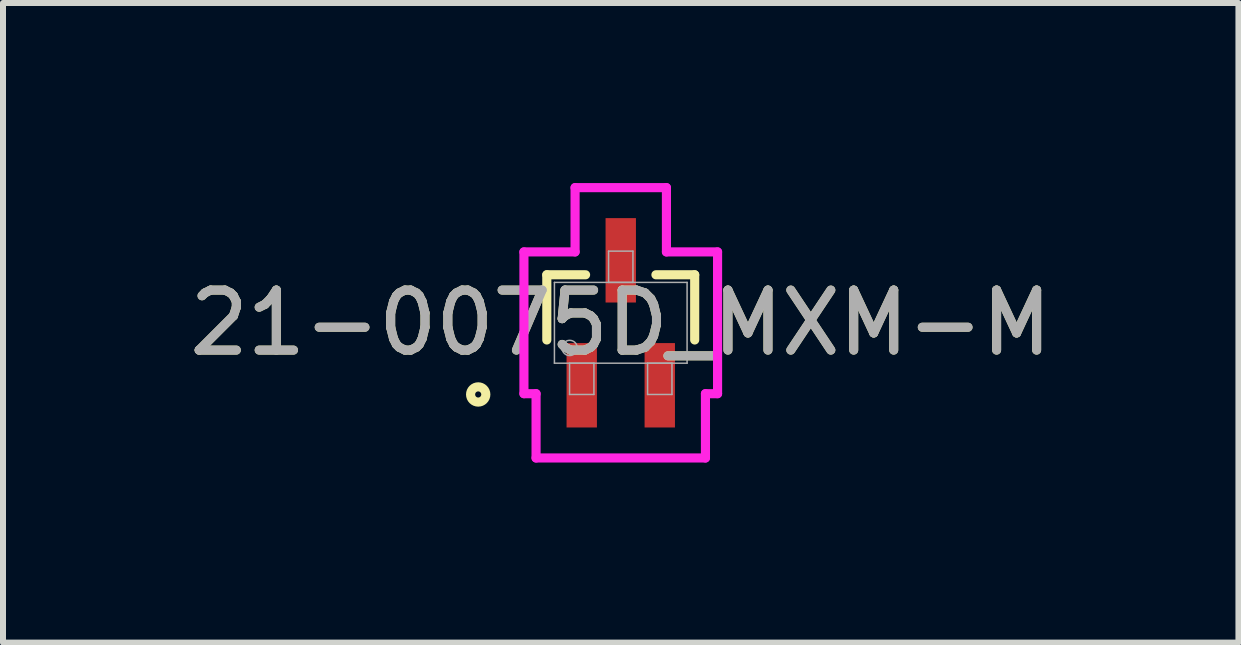
<source format=kicad_pcb>
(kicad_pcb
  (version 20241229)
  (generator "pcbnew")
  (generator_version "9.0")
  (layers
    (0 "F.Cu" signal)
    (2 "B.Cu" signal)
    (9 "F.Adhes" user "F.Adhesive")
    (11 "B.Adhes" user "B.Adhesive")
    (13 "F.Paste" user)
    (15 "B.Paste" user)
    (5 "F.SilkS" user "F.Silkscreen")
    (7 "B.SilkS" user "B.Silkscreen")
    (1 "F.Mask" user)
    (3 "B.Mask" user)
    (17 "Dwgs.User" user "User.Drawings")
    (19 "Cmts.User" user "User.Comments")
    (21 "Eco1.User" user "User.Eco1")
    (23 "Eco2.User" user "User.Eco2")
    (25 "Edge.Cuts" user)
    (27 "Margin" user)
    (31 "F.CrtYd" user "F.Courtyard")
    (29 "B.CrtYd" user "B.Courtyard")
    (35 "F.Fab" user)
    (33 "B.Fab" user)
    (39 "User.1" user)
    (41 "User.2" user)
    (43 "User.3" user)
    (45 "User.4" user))
  (footprint "21-0075D_MXM-M"
    (layer "F.Cu")
    (at 7.292 2.328)
    (property "Reference" "21-0075D_MXM-M" (at 0 0 0) (unlocked yes) (layer "F.SilkS") (effects (font (size 1 1) (thickness 0.15))))
    (attr smd)
    (fp_line (start -1.232 -0.8) (end -1.232 0.286) (stroke (width 0.152) (type solid)) (layer "F.SilkS"))
    (fp_line (start -0.586 -0.8) (end -1.232 -0.8) (stroke (width 0.152) (type solid)) (layer "F.SilkS"))
    (fp_line (start 1.232 -0.8) (end 0.586 -0.8) (stroke (width 0.152) (type solid)) (layer "F.SilkS"))
    (fp_line (start 1.232 0.286) (end 1.232 -0.8) (stroke (width 0.152) (type solid)) (layer "F.SilkS"))
    (fp_circle (center -2.375 1.194) (end -2.248 1.194) (stroke (width 0.152) (type solid)) (fill no) (layer "F.SilkS"))
    (fp_line (start -1.613 -1.181) (end -0.761 -1.181) (stroke (width 0.152) (type solid)) (layer "F.CrtYd"))
    (fp_line (start -1.613 1.181) (end -1.613 -1.181) (stroke (width 0.152) (type solid)) (layer "F.CrtYd"))
    (fp_line (start -1.613 1.181) (end -1.411 1.181) (stroke (width 0.152) (type solid)) (layer "F.CrtYd"))
    (fp_line (start -1.411 1.181) (end -1.411 2.252) (stroke (width 0.152) (type solid)) (layer "F.CrtYd"))
    (fp_line (start -1.411 2.252) (end 1.411 2.252) (stroke (width 0.152) (type solid)) (layer "F.CrtYd"))
    (fp_line (start -0.761 -2.252) (end 0.761 -2.252) (stroke (width 0.152) (type solid)) (layer "F.CrtYd"))
    (fp_line (start -0.761 -1.181) (end -0.761 -2.252) (stroke (width 0.152) (type solid)) (layer "F.CrtYd"))
    (fp_line (start 0.761 -1.181) (end 0.761 -2.252) (stroke (width 0.152) (type solid)) (layer "F.CrtYd"))
    (fp_line (start 1.411 1.181) (end 1.411 2.252) (stroke (width 0.152) (type solid)) (layer "F.CrtYd"))
    (fp_line (start 1.613 -1.181) (end 0.761 -1.181) (stroke (width 0.152) (type solid)) (layer "F.CrtYd"))
    (fp_line (start 1.613 -1.181) (end 1.613 1.181) (stroke (width 0.152) (type solid)) (layer "F.CrtYd"))
    (fp_line (start 1.613 1.181) (end 1.411 1.181) (stroke (width 0.152) (type solid)) (layer "F.CrtYd"))
    (fp_line (start -1.105 -0.673) (end -1.105 0.673) (stroke (width 0.025) (type solid)) (layer "F.Fab"))
    (fp_line (start -1.105 0.673) (end 1.105 0.673) (stroke (width 0.025) (type solid)) (layer "F.Fab"))
    (fp_line (start -0.853 0.673) (end -0.853 1.194) (stroke (width 0.025) (type solid)) (layer "F.Fab"))
    (fp_line (start -0.853 1.194) (end -0.447 1.194) (stroke (width 0.025) (type solid)) (layer "F.Fab"))
    (fp_line (start -0.447 0.673) (end -0.853 0.673) (stroke (width 0.025) (type solid)) (layer "F.Fab"))
    (fp_line (start -0.447 1.194) (end -0.447 0.673) (stroke (width 0.025) (type solid)) (layer "F.Fab"))
    (fp_line (start -0.203 -1.194) (end -0.203 -0.673) (stroke (width 0.025) (type solid)) (layer "F.Fab"))
    (fp_line (start -0.203 -0.673) (end 0.203 -0.673) (stroke (width 0.025) (type solid)) (layer "F.Fab"))
    (fp_line (start 0.203 -1.194) (end -0.203 -1.194) (stroke (width 0.025) (type solid)) (layer "F.Fab"))
    (fp_line (start 0.203 -0.673) (end 0.203 -1.194) (stroke (width 0.025) (type solid)) (layer "F.Fab"))
    (fp_line (start 0.447 0.673) (end 0.447 1.194) (stroke (width 0.025) (type solid)) (layer "F.Fab"))
    (fp_line (start 0.447 1.194) (end 0.853 1.194) (stroke (width 0.025) (type solid)) (layer "F.Fab"))
    (fp_line (start 0.853 0.673) (end 0.447 0.673) (stroke (width 0.025) (type solid)) (layer "F.Fab"))
    (fp_line (start 0.853 1.194) (end 0.853 0.673) (stroke (width 0.025) (type solid)) (layer "F.Fab"))
    (fp_line (start 1.105 -0.673) (end -1.105 -0.673) (stroke (width 0.025) (type solid)) (layer "F.Fab"))
    (fp_line (start 1.105 0.673) (end 1.105 -0.673) (stroke (width 0.025) (type solid)) (layer "F.Fab"))
    (fp_circle (center -0.851 0.419) (end -0.724 0.419) (stroke (width 0.025) (type solid)) (fill no) (layer "F.Fab"))
    (fp_text user "${REFERENCE}" (at 0 0 0) (unlocked yes) (layer "F.Fab") (effects (font (size 1 1) (thickness 0.15))))
    (pad "1" smd rect (at -0.65 1.041) (size 0.506 1.406) (layers "F.Cu" "F.Mask" "F.Paste"))
    (pad "2" smd rect (at 0.65 1.041) (size 0.506 1.406) (layers "F.Cu" "F.Mask" "F.Paste"))
    (pad "3" smd rect (at 0 -1.041) (size 0.506 1.406) (layers "F.Cu" "F.Mask" "F.Paste")))
  (gr_rect
    (start -3 -3)
    (end 17.583 7.656)
    (stroke (width 0.1) (type default))
    (fill no)
    (layer "Edge.Cuts")))
</source>
